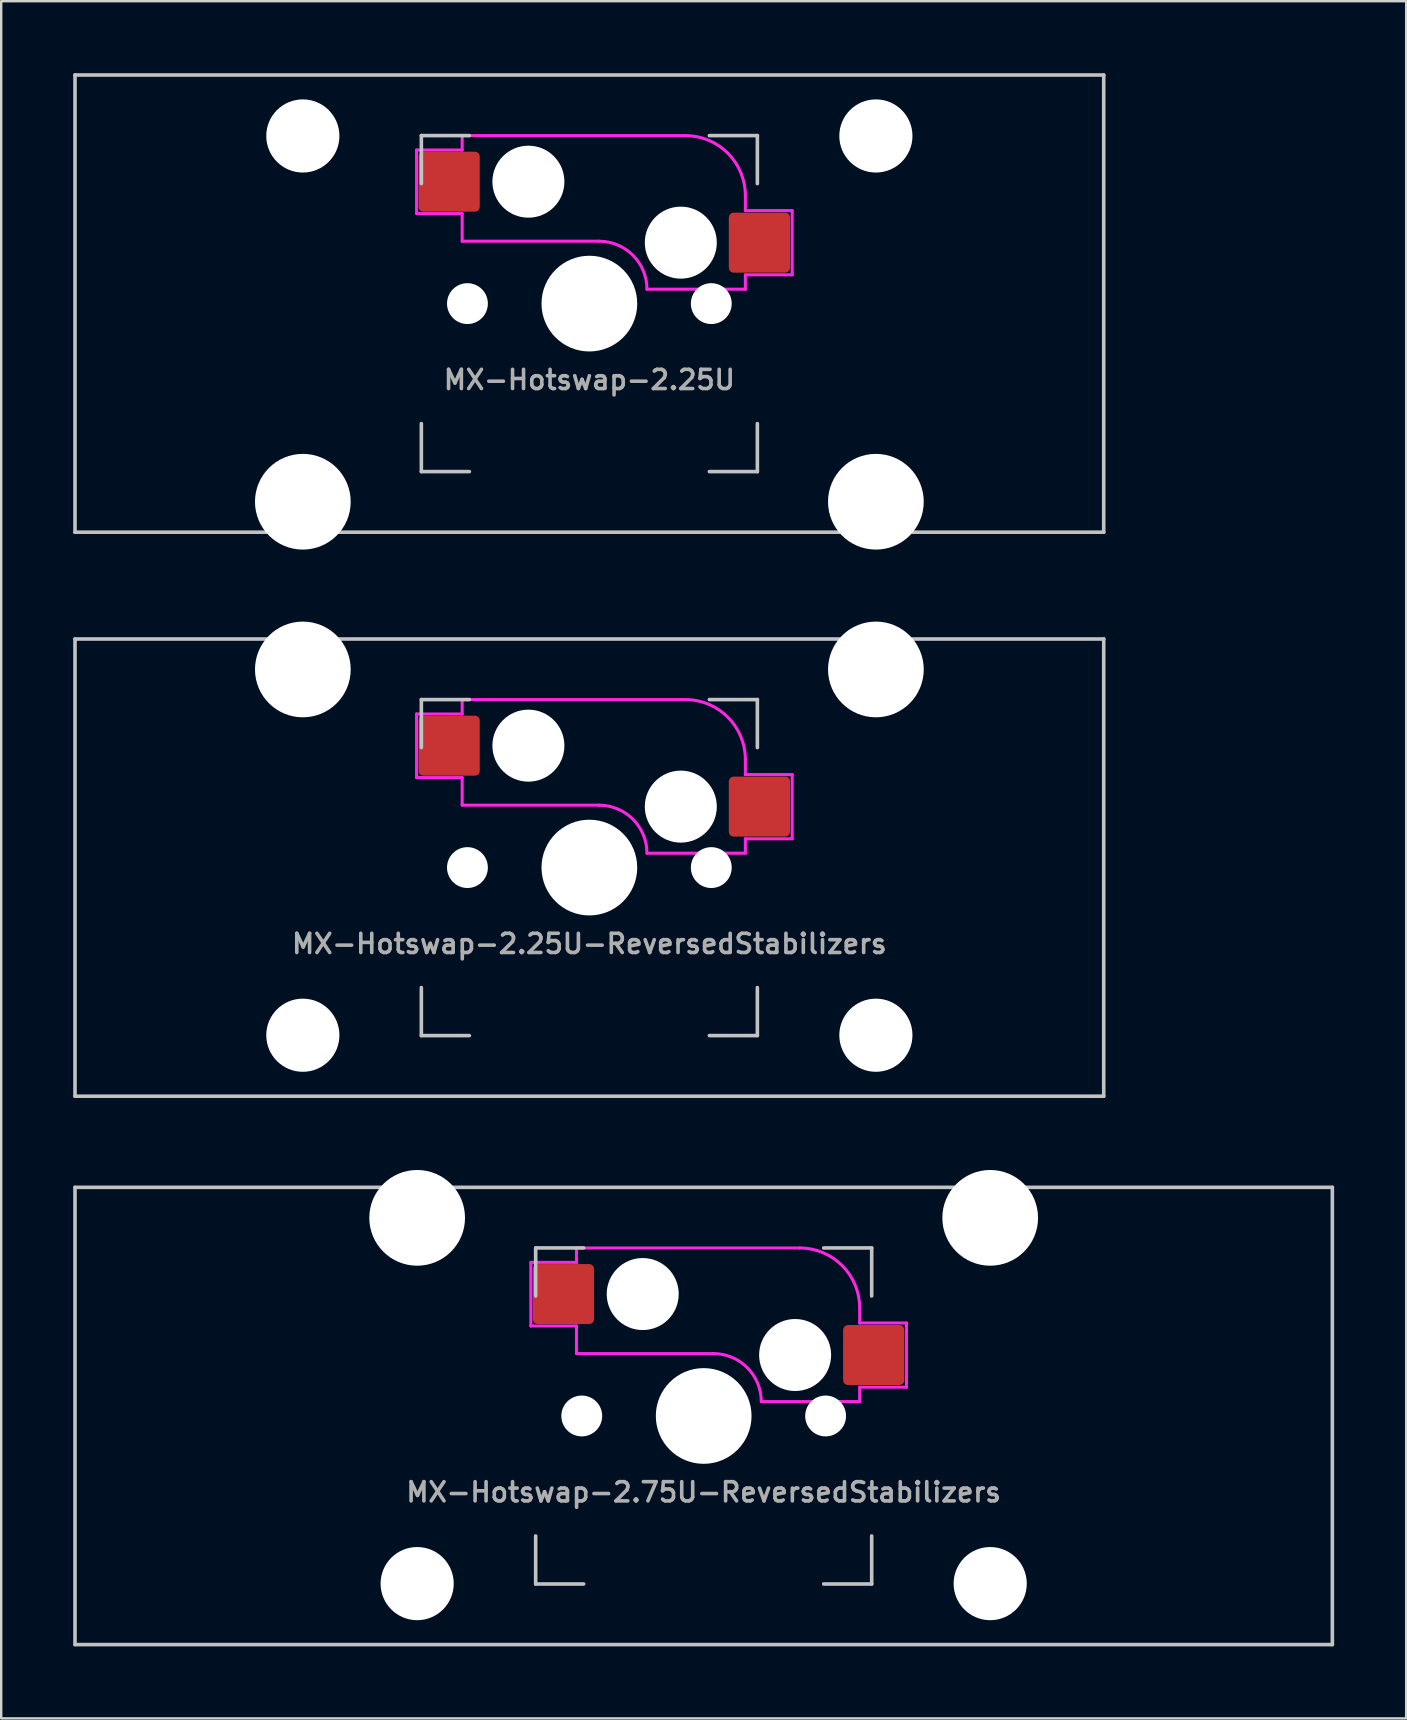
<source format=kicad_pcb>
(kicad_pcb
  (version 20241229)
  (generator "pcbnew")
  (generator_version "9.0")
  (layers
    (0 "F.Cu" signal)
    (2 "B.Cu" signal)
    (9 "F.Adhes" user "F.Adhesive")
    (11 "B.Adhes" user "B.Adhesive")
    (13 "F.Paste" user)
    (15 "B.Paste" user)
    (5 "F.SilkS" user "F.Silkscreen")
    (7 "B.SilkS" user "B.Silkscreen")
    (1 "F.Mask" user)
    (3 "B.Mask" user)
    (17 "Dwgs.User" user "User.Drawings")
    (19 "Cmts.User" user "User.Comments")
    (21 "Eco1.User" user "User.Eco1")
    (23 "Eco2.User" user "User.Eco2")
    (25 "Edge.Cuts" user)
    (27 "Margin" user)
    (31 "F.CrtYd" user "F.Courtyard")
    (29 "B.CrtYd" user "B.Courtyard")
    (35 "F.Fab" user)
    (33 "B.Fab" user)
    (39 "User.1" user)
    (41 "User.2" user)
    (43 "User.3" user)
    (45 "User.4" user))
  (footprint "MX-Hotswap-2.75U-ReversedStabilizers"
    (layer "F.Cu")
    (at 26.269 55.947)
    (property "Reference" "MX-Hotswap-2.75U-ReversedStabilizers" (at 0 3.175 0) (layer "F.Fab") (effects (font (size 0.8 0.8) (thickness 0.15))))
    (attr smd)
    (fp_line (start -26.194 -9.525) (end 26.194 -9.525) (stroke (width 0.15) (type solid)) (layer "Dwgs.User"))
    (fp_line (start -26.194 9.525) (end -26.194 -9.525) (stroke (width 0.15) (type solid)) (layer "Dwgs.User"))
    (fp_line (start -26.194 9.525) (end 26.194 9.525) (stroke (width 0.15) (type solid)) (layer "Dwgs.User"))
    (fp_line (start -7 -7) (end -7 -5) (stroke (width 0.15) (type solid)) (layer "Dwgs.User"))
    (fp_line (start -7 7) (end -7 5) (stroke (width 0.15) (type solid)) (layer "Dwgs.User"))
    (fp_line (start -5 -7) (end -7 -7) (stroke (width 0.15) (type solid)) (layer "Dwgs.User"))
    (fp_line (start -5 7) (end -7 7) (stroke (width 0.15) (type solid)) (layer "Dwgs.User"))
    (fp_line (start 5 -7) (end 7 -7) (stroke (width 0.15) (type solid)) (layer "Dwgs.User"))
    (fp_line (start 7 -7) (end 7 -5) (stroke (width 0.15) (type solid)) (layer "Dwgs.User"))
    (fp_line (start 7 5) (end 7 7) (stroke (width 0.15) (type solid)) (layer "Dwgs.User"))
    (fp_line (start 7 7) (end 5 7) (stroke (width 0.15) (type solid)) (layer "Dwgs.User"))
    (fp_line (start 26.194 9.525) (end 26.194 -9.525) (stroke (width 0.15) (type solid)) (layer "Dwgs.User"))
    (fp_line (start -7.2 -6.4) (end -7.2 -3.75) (stroke (width 0.127) (type solid)) (layer "F.CrtYd"))
    (fp_line (start -7.2 -3.75) (end -5.3 -3.75) (stroke (width 0.127) (type solid)) (layer "F.CrtYd"))
    (fp_line (start -5.3 -7) (end -5.3 -6.4) (stroke (width 0.127) (type solid)) (layer "F.CrtYd"))
    (fp_line (start -5.3 -7) (end 4 -7) (stroke (width 0.127) (type solid)) (layer "F.CrtYd"))
    (fp_line (start -5.3 -6.4) (end -7.2 -6.4) (stroke (width 0.127) (type solid)) (layer "F.CrtYd"))
    (fp_line (start -5.3 -2.6) (end -5.3 -3.75) (stroke (width 0.127) (type solid)) (layer "F.CrtYd"))
    (fp_line (start 0.4 -2.6) (end -5.3 -2.6) (stroke (width 0.127) (type solid)) (layer "F.CrtYd"))
    (fp_line (start 6.5 -4.5) (end 6.5 -3.875) (stroke (width 0.127) (type solid)) (layer "F.CrtYd"))
    (fp_line (start 6.5 -3.875) (end 8.45 -3.875) (stroke (width 0.127) (type solid)) (layer "F.CrtYd"))
    (fp_line (start 6.5 -0.6) (end 2.4 -0.6) (stroke (width 0.127) (type solid)) (layer "F.CrtYd"))
    (fp_line (start 6.5 -0.6) (end 6.5 -1.2) (stroke (width 0.127) (type solid)) (layer "F.CrtYd"))
    (fp_line (start 8.45 -3.875) (end 8.45 -1.2) (stroke (width 0.127) (type solid)) (layer "F.CrtYd"))
    (fp_line (start 8.45 -1.2) (end 6.5 -1.2) (stroke (width 0.127) (type solid)) (layer "F.CrtYd"))
    (fp_arc (start 0.4 -2.6) (mid 1.814214 -2.014214) (end 2.4 -0.6) (stroke (width 0.127) (type solid)) (layer "F.CrtYd"))
    (fp_arc (start 4 -7) (mid 5.767767 -6.267767) (end 6.5 -4.5) (stroke (width 0.127) (type solid)) (layer "F.CrtYd"))
    (pad "" np_thru_hole circle (at -11.938 -8.255) (size 3.988 3.988) (drill 3.988) (layers "*.Cu" "*.Mask"))
    (pad "" np_thru_hole circle (at -11.938 6.985) (size 3.048 3.048) (drill 3.048) (layers "*.Cu" "*.Mask"))
    (pad "" np_thru_hole circle (at -5.08 0 311.901) (size 1.702 1.702) (drill 1.702) (layers "*.Cu" "*.Mask"))
    (pad "" np_thru_hole circle (at -2.54 -5.08) (size 3 3) (drill 3) (layers "*.Cu" "*.Mask"))
    (pad "" np_thru_hole circle (at 0 0) (size 3.988 3.988) (drill 3.988) (layers "*.Cu" "*.Mask"))
    (pad "" np_thru_hole circle (at 3.81 -2.54) (size 3 3) (drill 3) (layers "*.Cu" "*.Mask"))
    (pad "" np_thru_hole circle (at 5.08 0 311.901) (size 1.702 1.702) (drill 1.702) (layers "*.Cu" "*.Mask"))
    (pad "" np_thru_hole circle (at 11.938 -8.255) (size 3.988 3.988) (drill 3.988) (layers "*.Cu" "*.Mask"))
    (pad "" np_thru_hole circle (at 11.938 6.985) (size 3.048 3.048) (drill 3.048) (layers "*.Cu" "*.Mask"))
    (pad "1" smd roundrect (at 7.085 -2.54) (size 2.55 2.5) (layers "F.Cu" "F.Mask" "F.Paste") (roundrect_rratio 0.08))
    (pad "2" smd roundrect (at -5.842 -5.08) (size 2.55 2.5) (layers "F.Cu" "F.Mask" "F.Paste") (roundrect_rratio 0.08)))
  (footprint "MX-Hotswap-2.25U-ReversedStabilizers"
    (layer "F.Cu")
    (at 21.506 33.098)
    (property "Reference" "MX-Hotswap-2.25U-ReversedStabilizers" (at 0 3.175 0) (layer "F.Fab") (effects (font (size 0.8 0.8) (thickness 0.15))))
    (attr smd)
    (fp_line (start -21.431 -9.525) (end 21.431 -9.525) (stroke (width 0.15) (type solid)) (layer "Dwgs.User"))
    (fp_line (start -21.431 9.525) (end -21.431 -9.525) (stroke (width 0.15) (type solid)) (layer "Dwgs.User"))
    (fp_line (start -21.431 9.525) (end 21.431 9.525) (stroke (width 0.15) (type solid)) (layer "Dwgs.User"))
    (fp_line (start -7 -7) (end -7 -5) (stroke (width 0.15) (type solid)) (layer "Dwgs.User"))
    (fp_line (start -7 7) (end -7 5) (stroke (width 0.15) (type solid)) (layer "Dwgs.User"))
    (fp_line (start -5 -7) (end -7 -7) (stroke (width 0.15) (type solid)) (layer "Dwgs.User"))
    (fp_line (start -5 7) (end -7 7) (stroke (width 0.15) (type solid)) (layer "Dwgs.User"))
    (fp_line (start 5 -7) (end 7 -7) (stroke (width 0.15) (type solid)) (layer "Dwgs.User"))
    (fp_line (start 7 -7) (end 7 -5) (stroke (width 0.15) (type solid)) (layer "Dwgs.User"))
    (fp_line (start 7 5) (end 7 7) (stroke (width 0.15) (type solid)) (layer "Dwgs.User"))
    (fp_line (start 7 7) (end 5 7) (stroke (width 0.15) (type solid)) (layer "Dwgs.User"))
    (fp_line (start 21.431 9.525) (end 21.431 -9.525) (stroke (width 0.15) (type solid)) (layer "Dwgs.User"))
    (fp_line (start -7.2 -6.4) (end -7.2 -3.75) (stroke (width 0.127) (type solid)) (layer "F.CrtYd"))
    (fp_line (start -7.2 -3.75) (end -5.3 -3.75) (stroke (width 0.127) (type solid)) (layer "F.CrtYd"))
    (fp_line (start -5.3 -7) (end -5.3 -6.4) (stroke (width 0.127) (type solid)) (layer "F.CrtYd"))
    (fp_line (start -5.3 -7) (end 4 -7) (stroke (width 0.127) (type solid)) (layer "F.CrtYd"))
    (fp_line (start -5.3 -6.4) (end -7.2 -6.4) (stroke (width 0.127) (type solid)) (layer "F.CrtYd"))
    (fp_line (start -5.3 -2.6) (end -5.3 -3.75) (stroke (width 0.127) (type solid)) (layer "F.CrtYd"))
    (fp_line (start 0.4 -2.6) (end -5.3 -2.6) (stroke (width 0.127) (type solid)) (layer "F.CrtYd"))
    (fp_line (start 6.5 -4.5) (end 6.5 -3.875) (stroke (width 0.127) (type solid)) (layer "F.CrtYd"))
    (fp_line (start 6.5 -3.875) (end 8.45 -3.875) (stroke (width 0.127) (type solid)) (layer "F.CrtYd"))
    (fp_line (start 6.5 -0.6) (end 2.4 -0.6) (stroke (width 0.127) (type solid)) (layer "F.CrtYd"))
    (fp_line (start 6.5 -0.6) (end 6.5 -1.2) (stroke (width 0.127) (type solid)) (layer "F.CrtYd"))
    (fp_line (start 8.45 -3.875) (end 8.45 -1.2) (stroke (width 0.127) (type solid)) (layer "F.CrtYd"))
    (fp_line (start 8.45 -1.2) (end 6.5 -1.2) (stroke (width 0.127) (type solid)) (layer "F.CrtYd"))
    (fp_arc (start 0.4 -2.6) (mid 1.814214 -2.014214) (end 2.4 -0.6) (stroke (width 0.127) (type solid)) (layer "F.CrtYd"))
    (fp_arc (start 4 -7) (mid 5.767767 -6.267767) (end 6.5 -4.5) (stroke (width 0.127) (type solid)) (layer "F.CrtYd"))
    (pad "" np_thru_hole circle (at -11.938 -8.255) (size 3.988 3.988) (drill 3.988) (layers "*.Cu" "*.Mask"))
    (pad "" np_thru_hole circle (at -11.938 6.985) (size 3.048 3.048) (drill 3.048) (layers "*.Cu" "*.Mask"))
    (pad "" np_thru_hole circle (at -5.08 0 311.901) (size 1.702 1.702) (drill 1.702) (layers "*.Cu" "*.Mask"))
    (pad "" np_thru_hole circle (at -2.54 -5.08) (size 3 3) (drill 3) (layers "*.Cu" "*.Mask"))
    (pad "" np_thru_hole circle (at 0 0) (size 3.988 3.988) (drill 3.988) (layers "*.Cu" "*.Mask"))
    (pad "" np_thru_hole circle (at 3.81 -2.54) (size 3 3) (drill 3) (layers "*.Cu" "*.Mask"))
    (pad "" np_thru_hole circle (at 5.08 0 311.901) (size 1.702 1.702) (drill 1.702) (layers "*.Cu" "*.Mask"))
    (pad "" np_thru_hole circle (at 11.938 -8.255) (size 3.988 3.988) (drill 3.988) (layers "*.Cu" "*.Mask"))
    (pad "" np_thru_hole circle (at 11.938 6.985) (size 3.048 3.048) (drill 3.048) (layers "*.Cu" "*.Mask"))
    (pad "1" smd roundrect (at 7.085 -2.54) (size 2.55 2.5) (layers "F.Cu" "F.Mask" "F.Paste") (roundrect_rratio 0.08))
    (pad "2" smd roundrect (at -5.842 -5.08) (size 2.55 2.5) (layers "F.Cu" "F.Mask" "F.Paste") (roundrect_rratio 0.08)))
  (footprint "MX-Hotswap-2.25U"
    (layer "F.Cu")
    (at 21.506 9.6)
    (property "Reference" "MX-Hotswap-2.25U" (at 0 3.175 0) (layer "F.Fab") (effects (font (size 0.8 0.8) (thickness 0.15))))
    (attr smd)
    (fp_line (start -21.431 -9.525) (end 21.431 -9.525) (stroke (width 0.15) (type solid)) (layer "Dwgs.User"))
    (fp_line (start -21.431 9.525) (end -21.431 -9.525) (stroke (width 0.15) (type solid)) (layer "Dwgs.User"))
    (fp_line (start -21.431 9.525) (end 21.431 9.525) (stroke (width 0.15) (type solid)) (layer "Dwgs.User"))
    (fp_line (start -7 -7) (end -7 -5) (stroke (width 0.15) (type solid)) (layer "Dwgs.User"))
    (fp_line (start -7 7) (end -7 5) (stroke (width 0.15) (type solid)) (layer "Dwgs.User"))
    (fp_line (start -5 -7) (end -7 -7) (stroke (width 0.15) (type solid)) (layer "Dwgs.User"))
    (fp_line (start -5 7) (end -7 7) (stroke (width 0.15) (type solid)) (layer "Dwgs.User"))
    (fp_line (start 5 -7) (end 7 -7) (stroke (width 0.15) (type solid)) (layer "Dwgs.User"))
    (fp_line (start 7 -7) (end 7 -5) (stroke (width 0.15) (type solid)) (layer "Dwgs.User"))
    (fp_line (start 7 5) (end 7 7) (stroke (width 0.15) (type solid)) (layer "Dwgs.User"))
    (fp_line (start 7 7) (end 5 7) (stroke (width 0.15) (type solid)) (layer "Dwgs.User"))
    (fp_line (start 21.431 9.525) (end 21.431 -9.525) (stroke (width 0.15) (type solid)) (layer "Dwgs.User"))
    (fp_line (start -7.2 -6.4) (end -7.2 -3.75) (stroke (width 0.127) (type solid)) (layer "F.CrtYd"))
    (fp_line (start -7.2 -3.75) (end -5.3 -3.75) (stroke (width 0.127) (type solid)) (layer "F.CrtYd"))
    (fp_line (start -5.3 -7) (end -5.3 -6.4) (stroke (width 0.127) (type solid)) (layer "F.CrtYd"))
    (fp_line (start -5.3 -7) (end 4 -7) (stroke (width 0.127) (type solid)) (layer "F.CrtYd"))
    (fp_line (start -5.3 -6.4) (end -7.2 -6.4) (stroke (width 0.127) (type solid)) (layer "F.CrtYd"))
    (fp_line (start -5.3 -2.6) (end -5.3 -3.75) (stroke (width 0.127) (type solid)) (layer "F.CrtYd"))
    (fp_line (start 0.4 -2.6) (end -5.3 -2.6) (stroke (width 0.127) (type solid)) (layer "F.CrtYd"))
    (fp_line (start 6.5 -4.5) (end 6.5 -3.875) (stroke (width 0.127) (type solid)) (layer "F.CrtYd"))
    (fp_line (start 6.5 -3.875) (end 8.45 -3.875) (stroke (width 0.127) (type solid)) (layer "F.CrtYd"))
    (fp_line (start 6.5 -0.6) (end 2.4 -0.6) (stroke (width 0.127) (type solid)) (layer "F.CrtYd"))
    (fp_line (start 6.5 -0.6) (end 6.5 -1.2) (stroke (width 0.127) (type solid)) (layer "F.CrtYd"))
    (fp_line (start 8.45 -3.875) (end 8.45 -1.2) (stroke (width 0.127) (type solid)) (layer "F.CrtYd"))
    (fp_line (start 8.45 -1.2) (end 6.5 -1.2) (stroke (width 0.127) (type solid)) (layer "F.CrtYd"))
    (fp_arc (start 0.4 -2.6) (mid 1.814214 -2.014214) (end 2.4 -0.6) (stroke (width 0.127) (type solid)) (layer "F.CrtYd"))
    (fp_arc (start 4 -7) (mid 5.767767 -6.267767) (end 6.5 -4.5) (stroke (width 0.127) (type solid)) (layer "F.CrtYd"))
    (pad "" np_thru_hole circle (at -11.938 -6.985) (size 3.048 3.048) (drill 3.048) (layers "*.Cu" "*.Mask"))
    (pad "" np_thru_hole circle (at -11.938 8.255) (size 3.988 3.988) (drill 3.988) (layers "*.Cu" "*.Mask"))
    (pad "" np_thru_hole circle (at -5.08 0 311.901) (size 1.702 1.702) (drill 1.702) (layers "*.Cu" "*.Mask"))
    (pad "" np_thru_hole circle (at -2.54 -5.08) (size 3 3) (drill 3) (layers "*.Cu" "*.Mask"))
    (pad "" np_thru_hole circle (at 0 0) (size 3.988 3.988) (drill 3.988) (layers "*.Cu" "*.Mask"))
    (pad "" np_thru_hole circle (at 3.81 -2.54) (size 3 3) (drill 3) (layers "*.Cu" "*.Mask"))
    (pad "" np_thru_hole circle (at 5.08 0 311.901) (size 1.702 1.702) (drill 1.702) (layers "*.Cu" "*.Mask"))
    (pad "" np_thru_hole circle (at 11.938 -6.985) (size 3.048 3.048) (drill 3.048) (layers "*.Cu" "*.Mask"))
    (pad "" np_thru_hole circle (at 11.938 8.255) (size 3.988 3.988) (drill 3.988) (layers "*.Cu" "*.Mask"))
    (pad "1" smd roundrect (at 7.085 -2.54) (size 2.55 2.5) (layers "F.Cu" "F.Mask" "F.Paste") (roundrect_rratio 0.08))
    (pad "2" smd roundrect (at -5.842 -5.08) (size 2.55 2.5) (layers "F.Cu" "F.Mask" "F.Paste") (roundrect_rratio 0.08)))
  (gr_rect
    (start -3 -3)
    (end 55.538 68.547)
    (stroke (width 0.1) (type default))
    (fill no)
    (layer "Edge.Cuts")))
</source>
